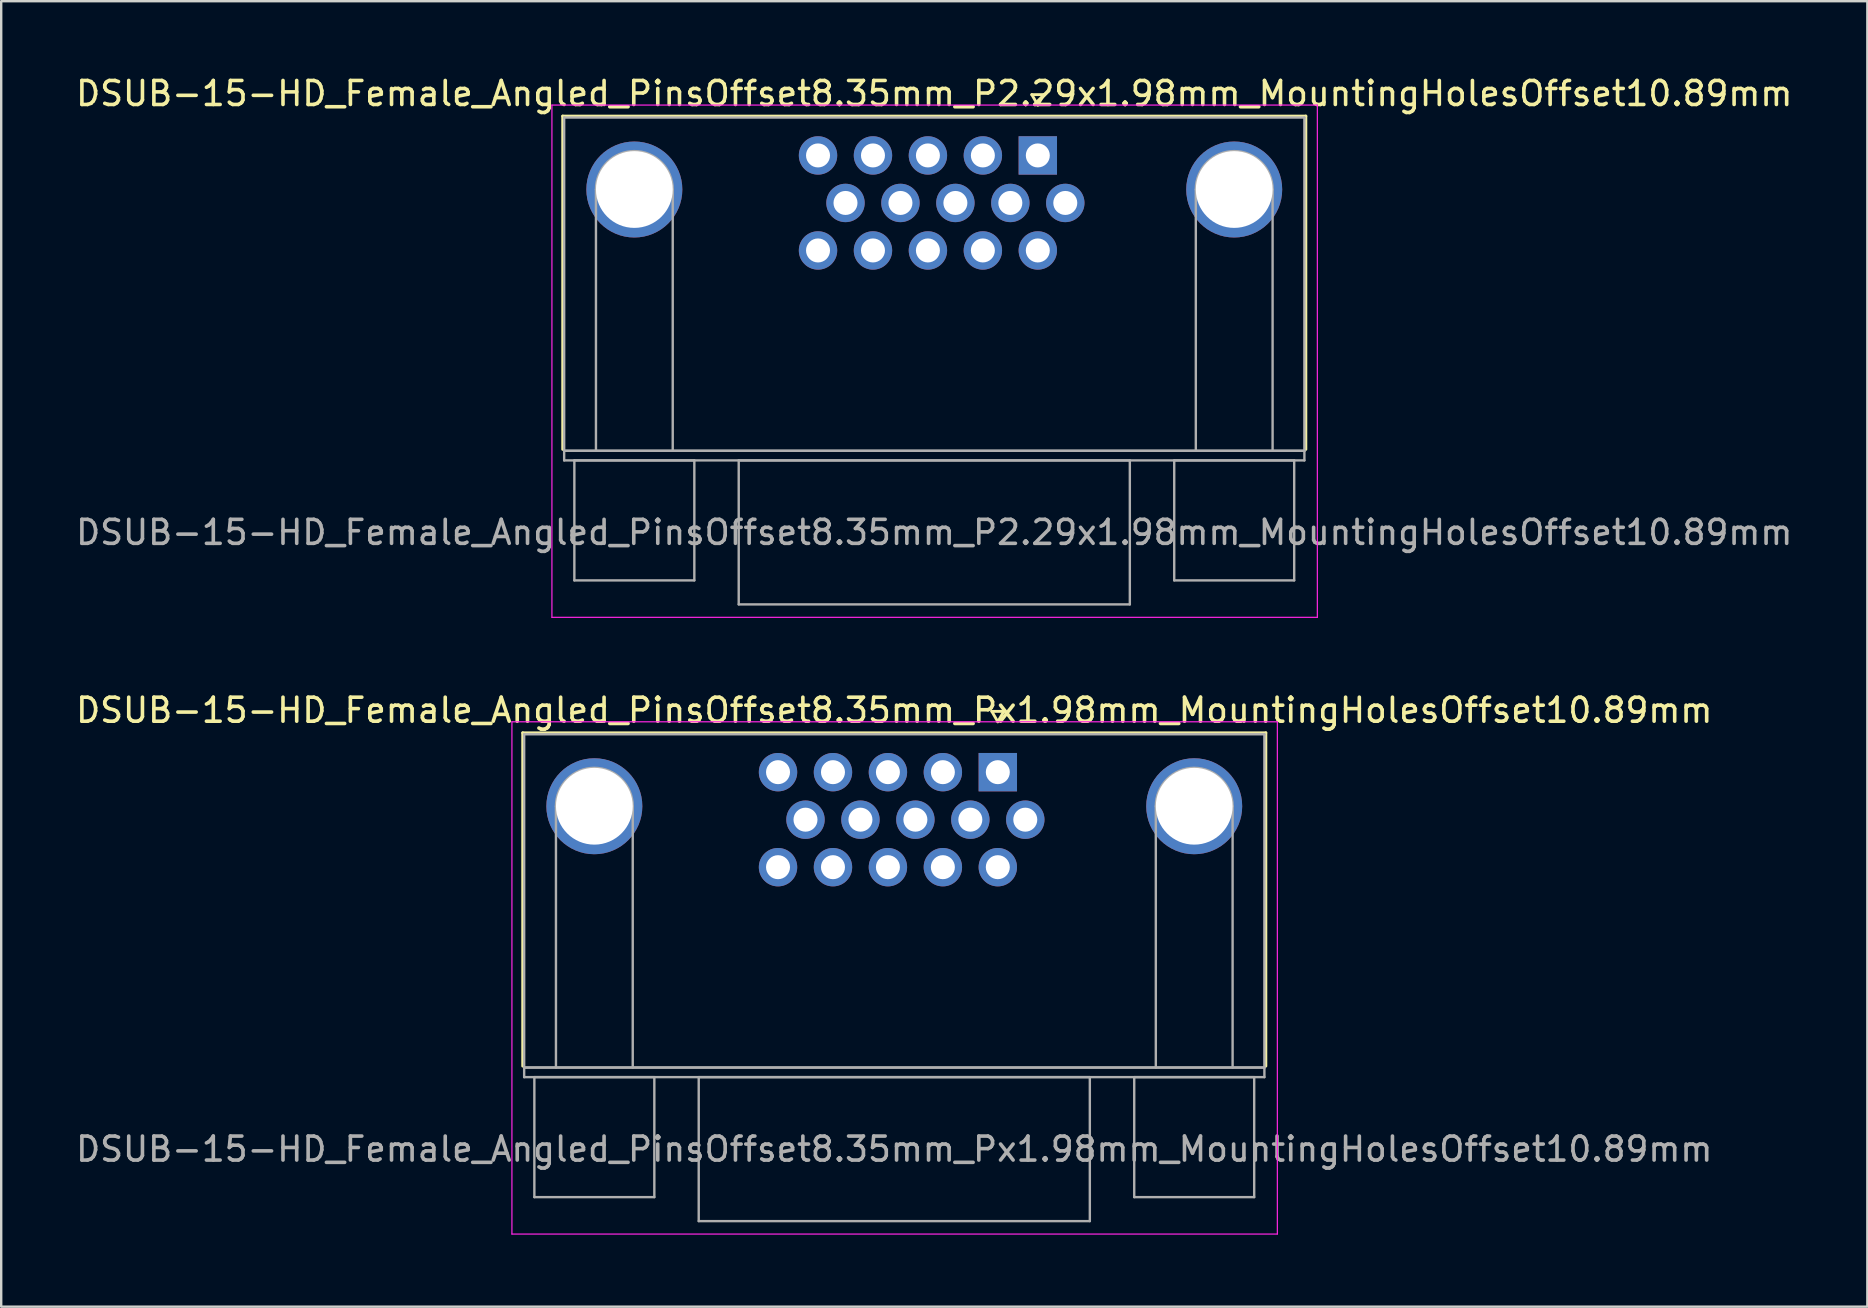
<source format=kicad_pcb>
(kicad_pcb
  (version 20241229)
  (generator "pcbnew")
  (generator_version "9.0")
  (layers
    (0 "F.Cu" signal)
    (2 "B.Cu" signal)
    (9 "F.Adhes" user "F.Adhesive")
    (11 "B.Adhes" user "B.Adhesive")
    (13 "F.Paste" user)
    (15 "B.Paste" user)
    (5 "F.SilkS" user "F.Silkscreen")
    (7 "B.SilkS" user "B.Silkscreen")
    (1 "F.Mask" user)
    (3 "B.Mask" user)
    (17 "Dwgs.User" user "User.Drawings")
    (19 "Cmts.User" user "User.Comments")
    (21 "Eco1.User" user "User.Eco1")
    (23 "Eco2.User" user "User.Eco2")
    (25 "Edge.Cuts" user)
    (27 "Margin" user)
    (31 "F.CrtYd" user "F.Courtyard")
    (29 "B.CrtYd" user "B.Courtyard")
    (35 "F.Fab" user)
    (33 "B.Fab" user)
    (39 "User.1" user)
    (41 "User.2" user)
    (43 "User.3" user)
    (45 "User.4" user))
  (footprint "DSUB-15-HD_Female_Angled_PinsOffset8.35mm_P2.29x1.98mm_MountingHolesOffset10.89mm"
    (layer "F.Cu")
    (at 40.202 3.428)
    (property "Reference" "DSUB-15-HD_Female_Angled_PinsOffset8.35mm_P2.29x1.98mm_MountingHolesOffset10.89mm" (at -4.315 -2.58 0) (layer "F.SilkS") (effects (font (size 1 1) (thickness 0.15))))
    (attr through_hole)
    (fp_line (start -19.8 -1.64) (end 11.17 -1.64) (stroke (width 0.12) (type solid)) (layer "F.SilkS"))
    (fp_line (start -19.8 12.25) (end -19.8 -1.64) (stroke (width 0.12) (type solid)) (layer "F.SilkS"))
    (fp_line (start -0.25 -2.534) (end 0.25 -2.534) (stroke (width 0.12) (type solid)) (layer "F.SilkS"))
    (fp_line (start 0 -2.101) (end -0.25 -2.534) (stroke (width 0.12) (type solid)) (layer "F.SilkS"))
    (fp_line (start 0.25 -2.534) (end 0 -2.101) (stroke (width 0.12) (type solid)) (layer "F.SilkS"))
    (fp_line (start 11.17 -1.64) (end 11.17 12.25) (stroke (width 0.12) (type solid)) (layer "F.SilkS"))
    (fp_line (start -20.25 -2.1) (end -20.25 19.25) (stroke (width 0.05) (type solid)) (layer "F.CrtYd"))
    (fp_line (start -20.25 19.25) (end 11.65 19.25) (stroke (width 0.05) (type solid)) (layer "F.CrtYd"))
    (fp_line (start 11.65 -2.1) (end -20.25 -2.1) (stroke (width 0.05) (type solid)) (layer "F.CrtYd"))
    (fp_line (start 11.65 19.25) (end 11.65 -2.1) (stroke (width 0.05) (type solid)) (layer "F.CrtYd"))
    (fp_line (start -19.74 -1.58) (end -19.74 12.31) (stroke (width 0.1) (type solid)) (layer "F.Fab"))
    (fp_line (start -19.74 12.31) (end -19.74 12.71) (stroke (width 0.1) (type solid)) (layer "F.Fab"))
    (fp_line (start -19.74 12.31) (end 11.11 12.31) (stroke (width 0.1) (type solid)) (layer "F.Fab"))
    (fp_line (start -19.74 12.71) (end 11.11 12.71) (stroke (width 0.1) (type solid)) (layer "F.Fab"))
    (fp_line (start -19.315 12.71) (end -19.315 17.71) (stroke (width 0.1) (type solid)) (layer "F.Fab"))
    (fp_line (start -19.315 17.71) (end -14.315 17.71) (stroke (width 0.1) (type solid)) (layer "F.Fab"))
    (fp_line (start -18.415 12.31) (end -18.415 1.42) (stroke (width 0.1) (type solid)) (layer "F.Fab"))
    (fp_line (start -15.215 12.31) (end -15.215 1.42) (stroke (width 0.1) (type solid)) (layer "F.Fab"))
    (fp_line (start -14.315 12.71) (end -19.315 12.71) (stroke (width 0.1) (type solid)) (layer "F.Fab"))
    (fp_line (start -14.315 17.71) (end -14.315 12.71) (stroke (width 0.1) (type solid)) (layer "F.Fab"))
    (fp_line (start -12.465 12.71) (end -12.465 18.71) (stroke (width 0.1) (type solid)) (layer "F.Fab"))
    (fp_line (start -12.465 18.71) (end 3.835 18.71) (stroke (width 0.1) (type solid)) (layer "F.Fab"))
    (fp_line (start 3.835 12.71) (end -12.465 12.71) (stroke (width 0.1) (type solid)) (layer "F.Fab"))
    (fp_line (start 3.835 18.71) (end 3.835 12.71) (stroke (width 0.1) (type solid)) (layer "F.Fab"))
    (fp_line (start 5.685 12.71) (end 5.685 17.71) (stroke (width 0.1) (type solid)) (layer "F.Fab"))
    (fp_line (start 5.685 17.71) (end 10.685 17.71) (stroke (width 0.1) (type solid)) (layer "F.Fab"))
    (fp_line (start 6.585 12.31) (end 6.585 1.42) (stroke (width 0.1) (type solid)) (layer "F.Fab"))
    (fp_line (start 9.785 12.31) (end 9.785 1.42) (stroke (width 0.1) (type solid)) (layer "F.Fab"))
    (fp_line (start 10.685 12.71) (end 5.685 12.71) (stroke (width 0.1) (type solid)) (layer "F.Fab"))
    (fp_line (start 10.685 17.71) (end 10.685 12.71) (stroke (width 0.1) (type solid)) (layer "F.Fab"))
    (fp_line (start 11.11 -1.58) (end -19.74 -1.58) (stroke (width 0.1) (type solid)) (layer "F.Fab"))
    (fp_line (start 11.11 12.31) (end -19.74 12.31) (stroke (width 0.1) (type solid)) (layer "F.Fab"))
    (fp_line (start 11.11 12.31) (end 11.11 -1.58) (stroke (width 0.1) (type solid)) (layer "F.Fab"))
    (fp_line (start 11.11 12.71) (end 11.11 12.31) (stroke (width 0.1) (type solid)) (layer "F.Fab"))
    (fp_arc (start -18.415 1.42) (mid -16.815 -0.18) (end -15.215 1.42) (stroke (width 0.1) (type solid)) (layer "F.Fab"))
    (fp_arc (start 6.585 1.42) (mid 8.185 -0.18) (end 9.785 1.42) (stroke (width 0.1) (type solid)) (layer "F.Fab"))
    (fp_text user "${REFERENCE}" (at -4.315 15.71 0) (layer "F.Fab") (effects (font (size 1 1) (thickness 0.15))))
    (pad "0" thru_hole circle (at -16.815 1.42) (size 4 4) (drill 3.2) (layers "*.Cu" "*.Mask"))
    (pad "0" thru_hole circle (at 8.185 1.42) (size 4 4) (drill 3.2) (layers "*.Cu" "*.Mask"))
    (pad "1" thru_hole rect (at 0 0) (size 1.6 1.6) (drill 1) (layers "*.Cu" "*.Mask"))
    (pad "2" thru_hole circle (at -2.29 0) (size 1.6 1.6) (drill 1) (layers "*.Cu" "*.Mask"))
    (pad "3" thru_hole circle (at -4.58 0) (size 1.6 1.6) (drill 1) (layers "*.Cu" "*.Mask"))
    (pad "4" thru_hole circle (at -6.87 0) (size 1.6 1.6) (drill 1) (layers "*.Cu" "*.Mask"))
    (pad "5" thru_hole circle (at -9.16 0) (size 1.6 1.6) (drill 1) (layers "*.Cu" "*.Mask"))
    (pad "6" thru_hole circle (at 1.145 1.98) (size 1.6 1.6) (drill 1) (layers "*.Cu" "*.Mask"))
    (pad "7" thru_hole circle (at -1.145 1.98) (size 1.6 1.6) (drill 1) (layers "*.Cu" "*.Mask"))
    (pad "8" thru_hole circle (at -3.435 1.98) (size 1.6 1.6) (drill 1) (layers "*.Cu" "*.Mask"))
    (pad "9" thru_hole circle (at -5.725 1.98) (size 1.6 1.6) (drill 1) (layers "*.Cu" "*.Mask"))
    (pad "10" thru_hole circle (at -8.015 1.98) (size 1.6 1.6) (drill 1) (layers "*.Cu" "*.Mask"))
    (pad "11" thru_hole circle (at 0 3.96) (size 1.6 1.6) (drill 1) (layers "*.Cu" "*.Mask"))
    (pad "12" thru_hole circle (at -2.29 3.96) (size 1.6 1.6) (drill 1) (layers "*.Cu" "*.Mask"))
    (pad "13" thru_hole circle (at -4.58 3.96) (size 1.6 1.6) (drill 1) (layers "*.Cu" "*.Mask"))
    (pad "14" thru_hole circle (at -6.87 3.96) (size 1.6 1.6) (drill 1) (layers "*.Cu" "*.Mask"))
    (pad "15" thru_hole circle (at -9.16 3.96) (size 1.6 1.6) (drill 1) (layers "*.Cu" "*.Mask")))
  (footprint "DSUB-15-HD_Female_Angled_PinsOffset8.35mm_Px1.98mm_MountingHolesOffset10.89mm"
    (layer "F.Cu")
    (at 38.535 29.131)
    (property "Reference" "DSUB-15-HD_Female_Angled_PinsOffset8.35mm_Px1.98mm_MountingHolesOffset10.89mm" (at -4.315 -2.58 0) (layer "F.SilkS") (effects (font (size 1 1) (thickness 0.15))))
    (attr through_hole)
    (fp_line (start -19.8 -1.64) (end 11.17 -1.64) (stroke (width 0.12) (type solid)) (layer "F.SilkS"))
    (fp_line (start -19.8 12.25) (end -19.8 -1.64) (stroke (width 0.12) (type solid)) (layer "F.SilkS"))
    (fp_line (start -0.25 -2.534) (end 0.25 -2.534) (stroke (width 0.12) (type solid)) (layer "F.SilkS"))
    (fp_line (start 0 -2.101) (end -0.25 -2.534) (stroke (width 0.12) (type solid)) (layer "F.SilkS"))
    (fp_line (start 0.25 -2.534) (end 0 -2.101) (stroke (width 0.12) (type solid)) (layer "F.SilkS"))
    (fp_line (start 11.17 -1.64) (end 11.17 12.25) (stroke (width 0.12) (type solid)) (layer "F.SilkS"))
    (fp_line (start -20.25 -2.1) (end -20.25 19.25) (stroke (width 0.05) (type solid)) (layer "F.CrtYd"))
    (fp_line (start -20.25 19.25) (end 11.65 19.25) (stroke (width 0.05) (type solid)) (layer "F.CrtYd"))
    (fp_line (start 11.65 -2.1) (end -20.25 -2.1) (stroke (width 0.05) (type solid)) (layer "F.CrtYd"))
    (fp_line (start 11.65 19.25) (end 11.65 -2.1) (stroke (width 0.05) (type solid)) (layer "F.CrtYd"))
    (fp_line (start -19.74 -1.58) (end -19.74 12.31) (stroke (width 0.1) (type solid)) (layer "F.Fab"))
    (fp_line (start -19.74 12.31) (end -19.74 12.71) (stroke (width 0.1) (type solid)) (layer "F.Fab"))
    (fp_line (start -19.74 12.31) (end 11.11 12.31) (stroke (width 0.1) (type solid)) (layer "F.Fab"))
    (fp_line (start -19.74 12.71) (end 11.11 12.71) (stroke (width 0.1) (type solid)) (layer "F.Fab"))
    (fp_line (start -19.315 12.71) (end -19.315 17.71) (stroke (width 0.1) (type solid)) (layer "F.Fab"))
    (fp_line (start -19.315 17.71) (end -14.315 17.71) (stroke (width 0.1) (type solid)) (layer "F.Fab"))
    (fp_line (start -18.415 12.31) (end -18.415 1.42) (stroke (width 0.1) (type solid)) (layer "F.Fab"))
    (fp_line (start -15.215 12.31) (end -15.215 1.42) (stroke (width 0.1) (type solid)) (layer "F.Fab"))
    (fp_line (start -14.315 12.71) (end -19.315 12.71) (stroke (width 0.1) (type solid)) (layer "F.Fab"))
    (fp_line (start -14.315 17.71) (end -14.315 12.71) (stroke (width 0.1) (type solid)) (layer "F.Fab"))
    (fp_line (start -12.465 12.71) (end -12.465 18.71) (stroke (width 0.1) (type solid)) (layer "F.Fab"))
    (fp_line (start -12.465 18.71) (end 3.835 18.71) (stroke (width 0.1) (type solid)) (layer "F.Fab"))
    (fp_line (start 3.835 12.71) (end -12.465 12.71) (stroke (width 0.1) (type solid)) (layer "F.Fab"))
    (fp_line (start 3.835 18.71) (end 3.835 12.71) (stroke (width 0.1) (type solid)) (layer "F.Fab"))
    (fp_line (start 5.685 12.71) (end 5.685 17.71) (stroke (width 0.1) (type solid)) (layer "F.Fab"))
    (fp_line (start 5.685 17.71) (end 10.685 17.71) (stroke (width 0.1) (type solid)) (layer "F.Fab"))
    (fp_line (start 6.585 12.31) (end 6.585 1.42) (stroke (width 0.1) (type solid)) (layer "F.Fab"))
    (fp_line (start 9.785 12.31) (end 9.785 1.42) (stroke (width 0.1) (type solid)) (layer "F.Fab"))
    (fp_line (start 10.685 12.71) (end 5.685 12.71) (stroke (width 0.1) (type solid)) (layer "F.Fab"))
    (fp_line (start 10.685 17.71) (end 10.685 12.71) (stroke (width 0.1) (type solid)) (layer "F.Fab"))
    (fp_line (start 11.11 -1.58) (end -19.74 -1.58) (stroke (width 0.1) (type solid)) (layer "F.Fab"))
    (fp_line (start 11.11 12.31) (end -19.74 12.31) (stroke (width 0.1) (type solid)) (layer "F.Fab"))
    (fp_line (start 11.11 12.31) (end 11.11 -1.58) (stroke (width 0.1) (type solid)) (layer "F.Fab"))
    (fp_line (start 11.11 12.71) (end 11.11 12.31) (stroke (width 0.1) (type solid)) (layer "F.Fab"))
    (fp_arc (start -18.415 1.42) (mid -16.815 -0.18) (end -15.215 1.42) (stroke (width 0.1) (type solid)) (layer "F.Fab"))
    (fp_arc (start 6.585 1.42) (mid 8.185 -0.18) (end 9.785 1.42) (stroke (width 0.1) (type solid)) (layer "F.Fab"))
    (fp_text user "${REFERENCE}" (at -4.315 15.71 0) (layer "F.Fab") (effects (font (size 1 1) (thickness 0.15))))
    (pad "0" thru_hole circle (at -16.815 1.42) (size 4 4) (drill 3.2) (layers "*.Cu" "*.Mask"))
    (pad "0" thru_hole circle (at 8.185 1.42) (size 4 4) (drill 3.2) (layers "*.Cu" "*.Mask"))
    (pad "1" thru_hole rect (at 0 0) (size 1.6 1.6) (drill 1) (layers "*.Cu" "*.Mask"))
    (pad "2" thru_hole circle (at -2.29 0) (size 1.6 1.6) (drill 1) (layers "*.Cu" "*.Mask"))
    (pad "3" thru_hole circle (at -4.58 0) (size 1.6 1.6) (drill 1) (layers "*.Cu" "*.Mask"))
    (pad "4" thru_hole circle (at -6.87 0) (size 1.6 1.6) (drill 1) (layers "*.Cu" "*.Mask"))
    (pad "5" thru_hole circle (at -9.16 0) (size 1.6 1.6) (drill 1) (layers "*.Cu" "*.Mask"))
    (pad "6" thru_hole circle (at 1.145 1.98) (size 1.6 1.6) (drill 1) (layers "*.Cu" "*.Mask"))
    (pad "7" thru_hole circle (at -1.145 1.98) (size 1.6 1.6) (drill 1) (layers "*.Cu" "*.Mask"))
    (pad "8" thru_hole circle (at -3.435 1.98) (size 1.6 1.6) (drill 1) (layers "*.Cu" "*.Mask"))
    (pad "9" thru_hole circle (at -5.725 1.98) (size 1.6 1.6) (drill 1) (layers "*.Cu" "*.Mask"))
    (pad "10" thru_hole circle (at -8.015 1.98) (size 1.6 1.6) (drill 1) (layers "*.Cu" "*.Mask"))
    (pad "11" thru_hole circle (at 0 3.96) (size 1.6 1.6) (drill 1) (layers "*.Cu" "*.Mask"))
    (pad "12" thru_hole circle (at -2.29 3.96) (size 1.6 1.6) (drill 1) (layers "*.Cu" "*.Mask"))
    (pad "13" thru_hole circle (at -4.58 3.96) (size 1.6 1.6) (drill 1) (layers "*.Cu" "*.Mask"))
    (pad "14" thru_hole circle (at -6.87 3.96) (size 1.6 1.6) (drill 1) (layers "*.Cu" "*.Mask"))
    (pad "15" thru_hole circle (at -9.16 3.96) (size 1.6 1.6) (drill 1) (layers "*.Cu" "*.Mask")))
  (gr_rect
    (start -3 -3)
    (end 74.774 51.407)
    (stroke (width 0.1) (type default))
    (fill no)
    (layer "Edge.Cuts")))
</source>
